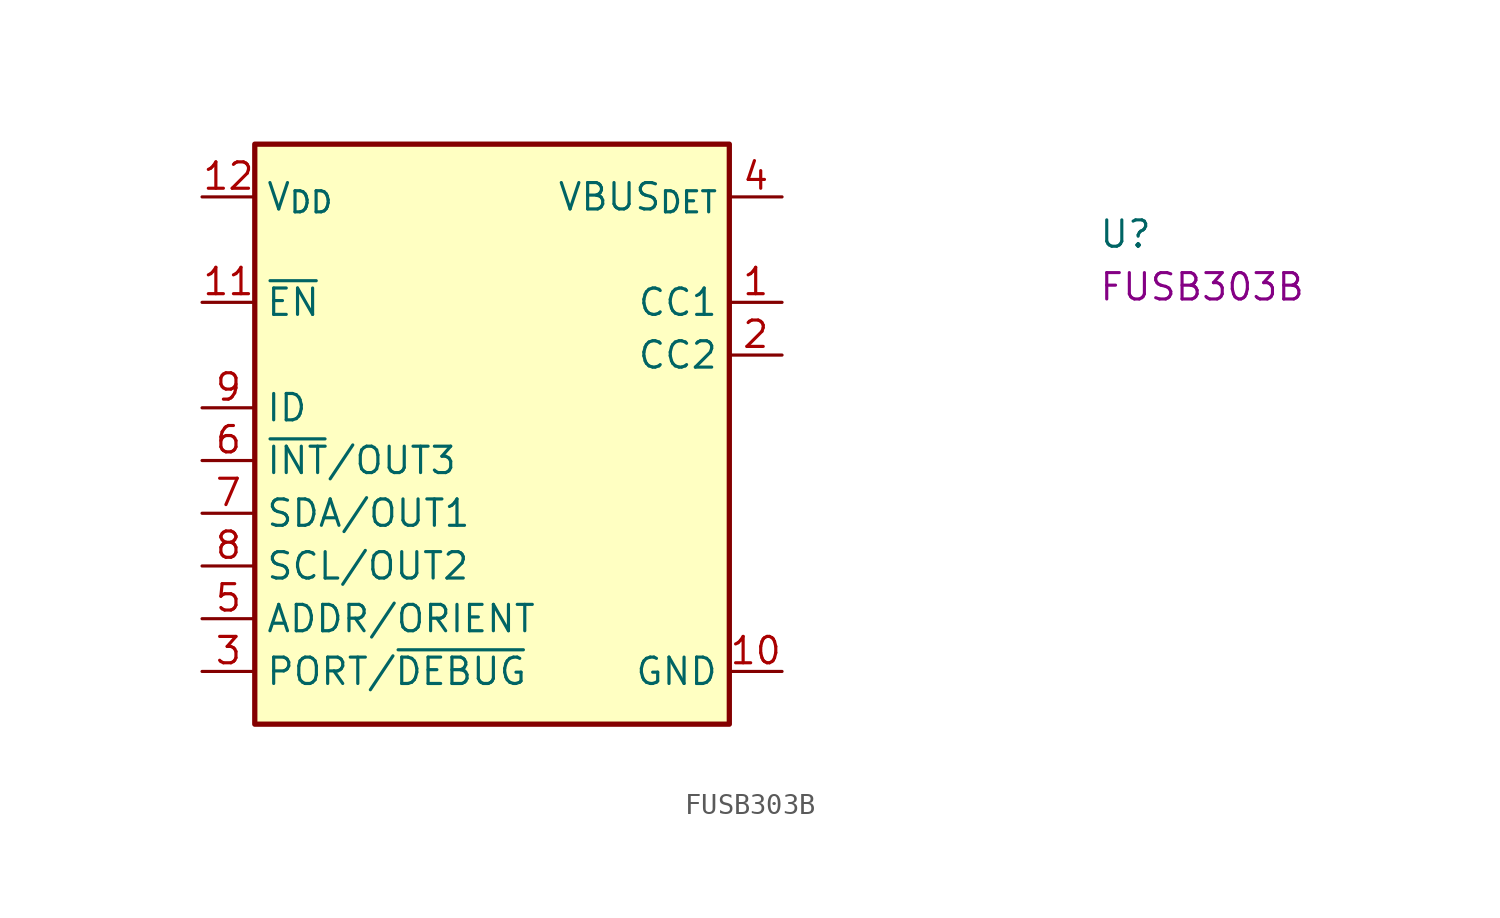
<source format=kicad_sym>
(kicad_symbol_lib
  (version 20220914)
  (generator kicad_symbol_editor)
  (symbol "FUSB303B"
    (property "Reference" "U"
      (at 43.18 -2.54 0)
      (effects (font (size 1.27 1.27) (thickness 0.15)) (justify left bottom)))
    (property "MPN" "FUSB303B"
      (at 43.18 -5.08 0)
      (effects (font (size 1.27 1.27) (thickness 0.15)) (justify left bottom)))
    (symbol "FUSB303B_1_1"
      (rectangle (start 2.54 2.54) (end 25.4 -25.4) (stroke (width 0.254) (type default)) (fill (type background)))
      (pin passive line (at 27.94 -5.08 180) (length 2.54) (name "CC1" (effects (font (size 1.27 1.27)))) (number "1" (effects (font (size 1.27 1.27)))))
      (pin power_in line (at 27.94 -22.86 180) (length 2.54) (name "GND" (effects (font (size 1.27 1.27)))) (number "10" (effects (font (size 1.27 1.27)))))
      (pin input line (at 0 -5.08 0) (length 2.54) (name "~{EN}" (effects (font (size 1.27 1.27)))) (number "11" (effects (font (size 1.27 1.27)))))
      (pin power_in line (at 0 0 0) (length 2.54) (name "V_{DD}" (effects (font (size 1.27 1.27)))) (number "12" (effects (font (size 1.27 1.27)))))
      (pin passive line (at 27.94 -7.62 180) (length 2.54) (name "CC2" (effects (font (size 1.27 1.27)))) (number "2" (effects (font (size 1.27 1.27)))))
      (pin passive line (at 0 -22.86 0) (length 2.54) (name "PORT/~{DEBUG}" (effects (font (size 1.27 1.27)))) (number "3" (effects (font (size 1.27 1.27)))))
      (pin passive line (at 27.94 0 180) (length 2.54) (name "VBUS_{DET}" (effects (font (size 1.27 1.27)))) (number "4" (effects (font (size 1.27 1.27)))))
      (pin passive line (at 0 -20.32 0) (length 2.54) (name "ADDR/ORIENT" (effects (font (size 1.27 1.27)))) (number "5" (effects (font (size 1.27 1.27)))) (alternate "ORIENT" passive line))
      (pin output line (at 0 -12.7 0) (length 2.54) (name "~{INT}/OUT3" (effects (font (size 1.27 1.27)))) (number "6" (effects (font (size 1.27 1.27)))))
      (pin open_collector line (at 0 -15.24 0) (length 2.54) (name "SDA/OUT1" (effects (font (size 1.27 1.27)))) (number "7" (effects (font (size 1.27 1.27)))))
      (pin open_collector line (at 0 -17.78 0) (length 2.54) (name "SCL/OUT2" (effects (font (size 1.27 1.27)))) (number "8" (effects (font (size 1.27 1.27)))))
      (pin open_collector line (at 0 -10.16 0) (length 2.54) (name "ID" (effects (font (size 1.27 1.27)))) (number "9" (effects (font (size 1.27 1.27))))))))
</source>
